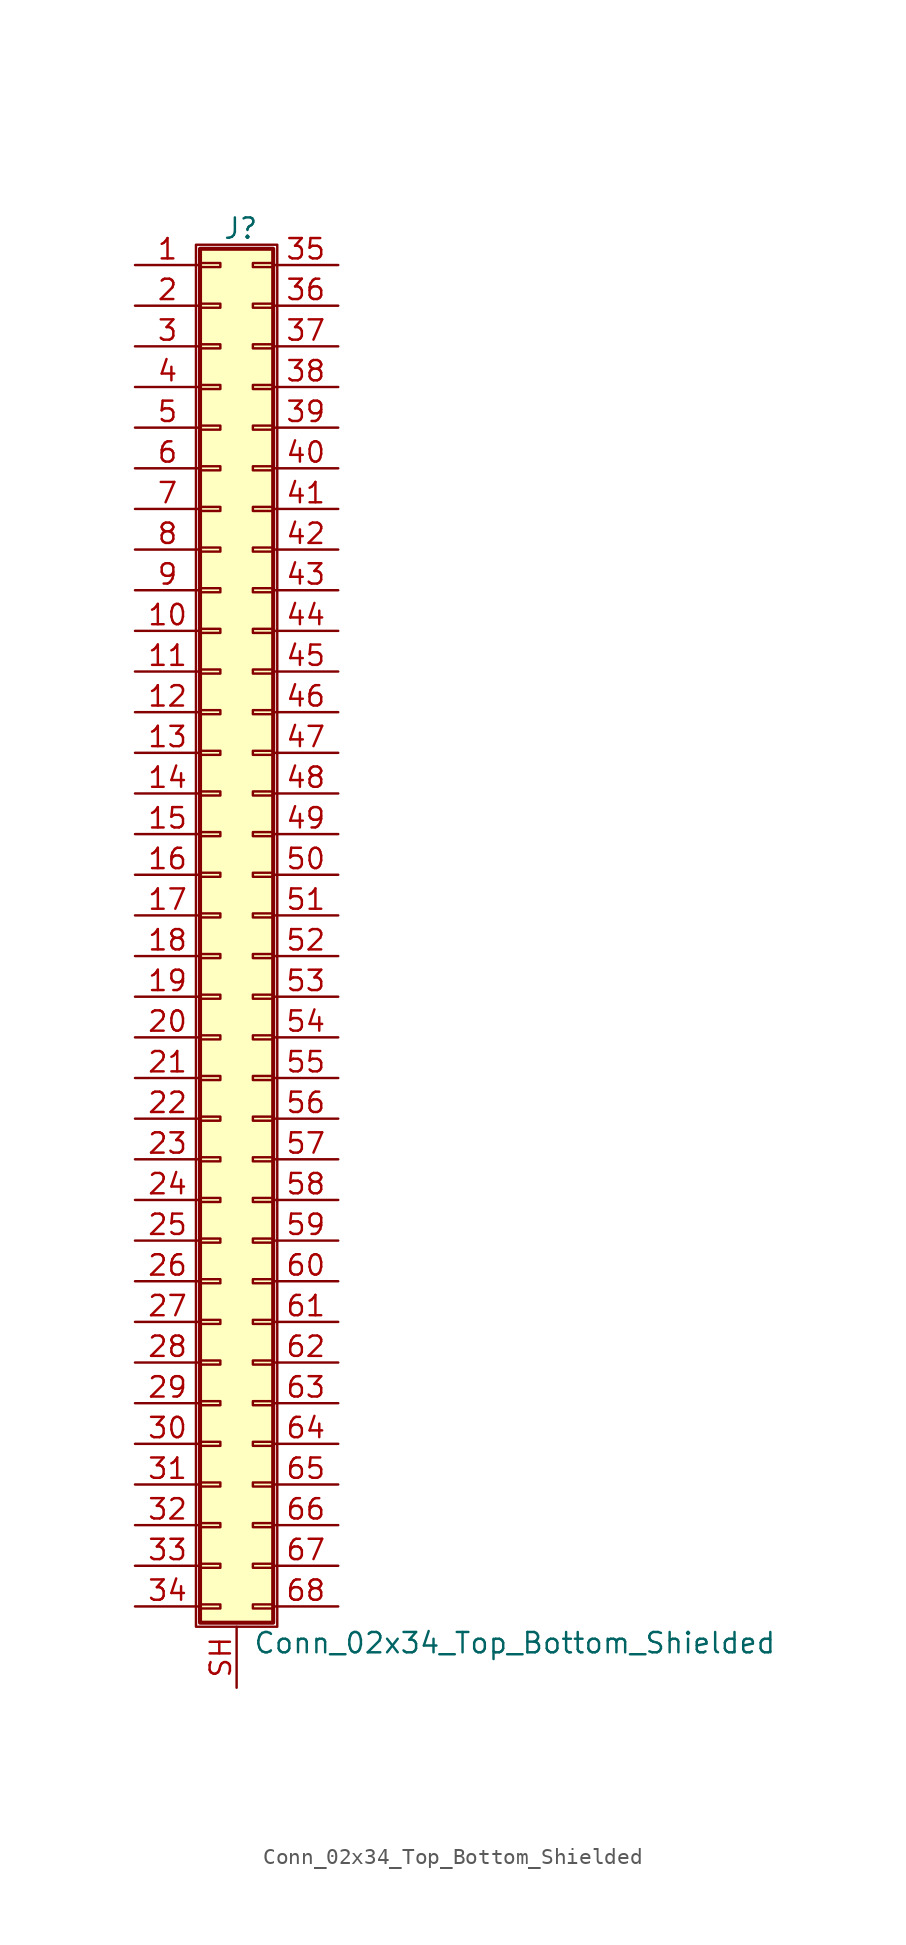
<source format=kicad_sym>
(kicad_symbol_lib
  (version 20220914)
  (generator kicad_symbol_editor)
  (symbol "Conn_02x34_Top_Bottom_Shielded"
    (pin_names
      (offset 1.016) hide)
    (property "Reference" "J"
      (at 1.524 42.926 0)
      (effects (font (size 1.27 1.27))))
    (property "Value" "Conn_02x34_Top_Bottom_Shielded"
      (at 2.286 -45.466 0)
      (effects (font (size 1.27 1.27)) (justify left)))
    (symbol "Conn_02x34_Top_Bottom_Shielded_1_1"
      (rectangle (start -1.27 41.91) (end 3.81 -44.45) (stroke (width 0.152) (type default)) (fill (type none)))
      (rectangle (start -1.016 -43.053) (end 0.254 -43.307) (stroke (width 0.152) (type default)) (fill (type none)))
      (rectangle (start -1.016 -40.513) (end 0.254 -40.767) (stroke (width 0.152) (type default)) (fill (type none)))
      (rectangle (start -1.016 -37.973) (end 0.254 -38.227) (stroke (width 0.152) (type default)) (fill (type none)))
      (rectangle (start -1.016 -35.433) (end 0.254 -35.687) (stroke (width 0.152) (type default)) (fill (type none)))
      (rectangle (start -1.016 -32.893) (end 0.254 -33.147) (stroke (width 0.152) (type default)) (fill (type none)))
      (rectangle (start -1.016 -30.353) (end 0.254 -30.607) (stroke (width 0.152) (type default)) (fill (type none)))
      (rectangle (start -1.016 -27.813) (end 0.254 -28.067) (stroke (width 0.152) (type default)) (fill (type none)))
      (rectangle (start -1.016 -25.273) (end 0.254 -25.527) (stroke (width 0.152) (type default)) (fill (type none)))
      (rectangle (start -1.016 -22.733) (end 0.254 -22.987) (stroke (width 0.152) (type default)) (fill (type none)))
      (rectangle (start -1.016 -20.193) (end 0.254 -20.447) (stroke (width 0.152) (type default)) (fill (type none)))
      (rectangle (start -1.016 -17.653) (end 0.254 -17.907) (stroke (width 0.152) (type default)) (fill (type none)))
      (rectangle (start -1.016 -15.113) (end 0.254 -15.367) (stroke (width 0.152) (type default)) (fill (type none)))
      (rectangle (start -1.016 -12.573) (end 0.254 -12.827) (stroke (width 0.152) (type default)) (fill (type none)))
      (rectangle (start -1.016 -10.033) (end 0.254 -10.287) (stroke (width 0.152) (type default)) (fill (type none)))
      (rectangle (start -1.016 -7.493) (end 0.254 -7.747) (stroke (width 0.152) (type default)) (fill (type none)))
      (rectangle (start -1.016 -4.953) (end 0.254 -5.207) (stroke (width 0.152) (type default)) (fill (type none)))
      (rectangle (start -1.016 -2.413) (end 0.254 -2.667) (stroke (width 0.152) (type default)) (fill (type none)))
      (rectangle (start -1.016 0.127) (end 0.254 -0.127) (stroke (width 0.152) (type default)) (fill (type none)))
      (rectangle (start -1.016 2.667) (end 0.254 2.413) (stroke (width 0.152) (type default)) (fill (type none)))
      (rectangle (start -1.016 5.207) (end 0.254 4.953) (stroke (width 0.152) (type default)) (fill (type none)))
      (rectangle (start -1.016 7.747) (end 0.254 7.493) (stroke (width 0.152) (type default)) (fill (type none)))
      (rectangle (start -1.016 10.287) (end 0.254 10.033) (stroke (width 0.152) (type default)) (fill (type none)))
      (rectangle (start -1.016 12.827) (end 0.254 12.573) (stroke (width 0.152) (type default)) (fill (type none)))
      (rectangle (start -1.016 15.367) (end 0.254 15.113) (stroke (width 0.152) (type default)) (fill (type none)))
      (rectangle (start -1.016 17.907) (end 0.254 17.653) (stroke (width 0.152) (type default)) (fill (type none)))
      (rectangle (start -1.016 20.447) (end 0.254 20.193) (stroke (width 0.152) (type default)) (fill (type none)))
      (rectangle (start -1.016 22.987) (end 0.254 22.733) (stroke (width 0.152) (type default)) (fill (type none)))
      (rectangle (start -1.016 25.527) (end 0.254 25.273) (stroke (width 0.152) (type default)) (fill (type none)))
      (rectangle (start -1.016 28.067) (end 0.254 27.813) (stroke (width 0.152) (type default)) (fill (type none)))
      (rectangle (start -1.016 30.607) (end 0.254 30.353) (stroke (width 0.152) (type default)) (fill (type none)))
      (rectangle (start -1.016 33.147) (end 0.254 32.893) (stroke (width 0.152) (type default)) (fill (type none)))
      (rectangle (start -1.016 35.687) (end 0.254 35.433) (stroke (width 0.152) (type default)) (fill (type none)))
      (rectangle (start -1.016 38.227) (end 0.254 37.973) (stroke (width 0.152) (type default)) (fill (type none)))
      (rectangle (start -1.016 40.767) (end 0.254 40.513) (stroke (width 0.152) (type default)) (fill (type none)))
      (rectangle (start -1.016 41.656) (end 3.556 -44.196) (stroke (width 0.254) (type default)) (fill (type background)))
      (rectangle (start 3.556 -43.053) (end 2.286 -43.307) (stroke (width 0.152) (type default)) (fill (type none)))
      (rectangle (start 3.556 -40.513) (end 2.286 -40.767) (stroke (width 0.152) (type default)) (fill (type none)))
      (rectangle (start 3.556 -37.973) (end 2.286 -38.227) (stroke (width 0.152) (type default)) (fill (type none)))
      (rectangle (start 3.556 -35.433) (end 2.286 -35.687) (stroke (width 0.152) (type default)) (fill (type none)))
      (rectangle (start 3.556 -32.893) (end 2.286 -33.147) (stroke (width 0.152) (type default)) (fill (type none)))
      (rectangle (start 3.556 -30.353) (end 2.286 -30.607) (stroke (width 0.152) (type default)) (fill (type none)))
      (rectangle (start 3.556 -27.813) (end 2.286 -28.067) (stroke (width 0.152) (type default)) (fill (type none)))
      (rectangle (start 3.556 -25.273) (end 2.286 -25.527) (stroke (width 0.152) (type default)) (fill (type none)))
      (rectangle (start 3.556 -22.733) (end 2.286 -22.987) (stroke (width 0.152) (type default)) (fill (type none)))
      (rectangle (start 3.556 -20.193) (end 2.286 -20.447) (stroke (width 0.152) (type default)) (fill (type none)))
      (rectangle (start 3.556 -17.653) (end 2.286 -17.907) (stroke (width 0.152) (type default)) (fill (type none)))
      (rectangle (start 3.556 -15.113) (end 2.286 -15.367) (stroke (width 0.152) (type default)) (fill (type none)))
      (rectangle (start 3.556 -12.573) (end 2.286 -12.827) (stroke (width 0.152) (type default)) (fill (type none)))
      (rectangle (start 3.556 -10.033) (end 2.286 -10.287) (stroke (width 0.152) (type default)) (fill (type none)))
      (rectangle (start 3.556 -7.493) (end 2.286 -7.747) (stroke (width 0.152) (type default)) (fill (type none)))
      (rectangle (start 3.556 -4.953) (end 2.286 -5.207) (stroke (width 0.152) (type default)) (fill (type none)))
      (rectangle (start 3.556 -2.413) (end 2.286 -2.667) (stroke (width 0.152) (type default)) (fill (type none)))
      (rectangle (start 3.556 0.127) (end 2.286 -0.127) (stroke (width 0.152) (type default)) (fill (type none)))
      (rectangle (start 3.556 2.667) (end 2.286 2.413) (stroke (width 0.152) (type default)) (fill (type none)))
      (rectangle (start 3.556 5.207) (end 2.286 4.953) (stroke (width 0.152) (type default)) (fill (type none)))
      (rectangle (start 3.556 7.747) (end 2.286 7.493) (stroke (width 0.152) (type default)) (fill (type none)))
      (rectangle (start 3.556 10.287) (end 2.286 10.033) (stroke (width 0.152) (type default)) (fill (type none)))
      (rectangle (start 3.556 12.827) (end 2.286 12.573) (stroke (width 0.152) (type default)) (fill (type none)))
      (rectangle (start 3.556 15.367) (end 2.286 15.113) (stroke (width 0.152) (type default)) (fill (type none)))
      (rectangle (start 3.556 17.907) (end 2.286 17.653) (stroke (width 0.152) (type default)) (fill (type none)))
      (rectangle (start 3.556 20.447) (end 2.286 20.193) (stroke (width 0.152) (type default)) (fill (type none)))
      (rectangle (start 3.556 22.987) (end 2.286 22.733) (stroke (width 0.152) (type default)) (fill (type none)))
      (rectangle (start 3.556 25.527) (end 2.286 25.273) (stroke (width 0.152) (type default)) (fill (type none)))
      (rectangle (start 3.556 28.067) (end 2.286 27.813) (stroke (width 0.152) (type default)) (fill (type none)))
      (rectangle (start 3.556 30.607) (end 2.286 30.353) (stroke (width 0.152) (type default)) (fill (type none)))
      (rectangle (start 3.556 33.147) (end 2.286 32.893) (stroke (width 0.152) (type default)) (fill (type none)))
      (rectangle (start 3.556 35.687) (end 2.286 35.433) (stroke (width 0.152) (type default)) (fill (type none)))
      (rectangle (start 3.556 38.227) (end 2.286 37.973) (stroke (width 0.152) (type default)) (fill (type none)))
      (rectangle (start 3.556 40.767) (end 2.286 40.513) (stroke (width 0.152) (type default)) (fill (type none)))
      (pin passive line (at -5.08 40.64 0) (length 4.064) (name "Pin_1" (effects (font (size 1.27 1.27)))) (number "1" (effects (font (size 1.27 1.27)))))
      (pin passive line (at -5.08 17.78 0) (length 4.064) (name "Pin_10" (effects (font (size 1.27 1.27)))) (number "10" (effects (font (size 1.27 1.27)))))
      (pin passive line (at -5.08 15.24 0) (length 4.064) (name "Pin_11" (effects (font (size 1.27 1.27)))) (number "11" (effects (font (size 1.27 1.27)))))
      (pin passive line (at -5.08 12.7 0) (length 4.064) (name "Pin_12" (effects (font (size 1.27 1.27)))) (number "12" (effects (font (size 1.27 1.27)))))
      (pin passive line (at -5.08 10.16 0) (length 4.064) (name "Pin_13" (effects (font (size 1.27 1.27)))) (number "13" (effects (font (size 1.27 1.27)))))
      (pin passive line (at -5.08 7.62 0) (length 4.064) (name "Pin_14" (effects (font (size 1.27 1.27)))) (number "14" (effects (font (size 1.27 1.27)))))
      (pin passive line (at -5.08 5.08 0) (length 4.064) (name "Pin_15" (effects (font (size 1.27 1.27)))) (number "15" (effects (font (size 1.27 1.27)))))
      (pin passive line (at -5.08 2.54 0) (length 4.064) (name "Pin_16" (effects (font (size 1.27 1.27)))) (number "16" (effects (font (size 1.27 1.27)))))
      (pin passive line (at -5.08 0 0) (length 4.064) (name "Pin_17" (effects (font (size 1.27 1.27)))) (number "17" (effects (font (size 1.27 1.27)))))
      (pin passive line (at -5.08 -2.54 0) (length 4.064) (name "Pin_18" (effects (font (size 1.27 1.27)))) (number "18" (effects (font (size 1.27 1.27)))))
      (pin passive line (at -5.08 -5.08 0) (length 4.064) (name "Pin_19" (effects (font (size 1.27 1.27)))) (number "19" (effects (font (size 1.27 1.27)))))
      (pin passive line (at -5.08 38.1 0) (length 4.064) (name "Pin_2" (effects (font (size 1.27 1.27)))) (number "2" (effects (font (size 1.27 1.27)))))
      (pin passive line (at -5.08 -7.62 0) (length 4.064) (name "Pin_20" (effects (font (size 1.27 1.27)))) (number "20" (effects (font (size 1.27 1.27)))))
      (pin passive line (at -5.08 -10.16 0) (length 4.064) (name "Pin_21" (effects (font (size 1.27 1.27)))) (number "21" (effects (font (size 1.27 1.27)))))
      (pin passive line (at -5.08 -12.7 0) (length 4.064) (name "Pin_22" (effects (font (size 1.27 1.27)))) (number "22" (effects (font (size 1.27 1.27)))))
      (pin passive line (at -5.08 -15.24 0) (length 4.064) (name "Pin_23" (effects (font (size 1.27 1.27)))) (number "23" (effects (font (size 1.27 1.27)))))
      (pin passive line (at -5.08 -17.78 0) (length 4.064) (name "Pin_24" (effects (font (size 1.27 1.27)))) (number "24" (effects (font (size 1.27 1.27)))))
      (pin passive line (at -5.08 -20.32 0) (length 4.064) (name "Pin_25" (effects (font (size 1.27 1.27)))) (number "25" (effects (font (size 1.27 1.27)))))
      (pin passive line (at -5.08 -22.86 0) (length 4.064) (name "Pin_26" (effects (font (size 1.27 1.27)))) (number "26" (effects (font (size 1.27 1.27)))))
      (pin passive line (at -5.08 -25.4 0) (length 4.064) (name "Pin_27" (effects (font (size 1.27 1.27)))) (number "27" (effects (font (size 1.27 1.27)))))
      (pin passive line (at -5.08 -27.94 0) (length 4.064) (name "Pin_28" (effects (font (size 1.27 1.27)))) (number "28" (effects (font (size 1.27 1.27)))))
      (pin passive line (at -5.08 -30.48 0) (length 4.064) (name "Pin_29" (effects (font (size 1.27 1.27)))) (number "29" (effects (font (size 1.27 1.27)))))
      (pin passive line (at -5.08 35.56 0) (length 4.064) (name "Pin_3" (effects (font (size 1.27 1.27)))) (number "3" (effects (font (size 1.27 1.27)))))
      (pin passive line (at -5.08 -33.02 0) (length 4.064) (name "Pin_30" (effects (font (size 1.27 1.27)))) (number "30" (effects (font (size 1.27 1.27)))))
      (pin passive line (at -5.08 -35.56 0) (length 4.064) (name "Pin_31" (effects (font (size 1.27 1.27)))) (number "31" (effects (font (size 1.27 1.27)))))
      (pin passive line (at -5.08 -38.1 0) (length 4.064) (name "Pin_32" (effects (font (size 1.27 1.27)))) (number "32" (effects (font (size 1.27 1.27)))))
      (pin passive line (at -5.08 -40.64 0) (length 4.064) (name "Pin_33" (effects (font (size 1.27 1.27)))) (number "33" (effects (font (size 1.27 1.27)))))
      (pin passive line (at -5.08 -43.18 0) (length 4.064) (name "Pin_34" (effects (font (size 1.27 1.27)))) (number "34" (effects (font (size 1.27 1.27)))))
      (pin passive line (at 7.62 40.64 180) (length 4.064) (name "Pin_35" (effects (font (size 1.27 1.27)))) (number "35" (effects (font (size 1.27 1.27)))))
      (pin passive line (at 7.62 38.1 180) (length 4.064) (name "Pin_36" (effects (font (size 1.27 1.27)))) (number "36" (effects (font (size 1.27 1.27)))))
      (pin passive line (at 7.62 35.56 180) (length 4.064) (name "Pin_37" (effects (font (size 1.27 1.27)))) (number "37" (effects (font (size 1.27 1.27)))))
      (pin passive line (at 7.62 33.02 180) (length 4.064) (name "Pin_38" (effects (font (size 1.27 1.27)))) (number "38" (effects (font (size 1.27 1.27)))))
      (pin passive line (at 7.62 30.48 180) (length 4.064) (name "Pin_39" (effects (font (size 1.27 1.27)))) (number "39" (effects (font (size 1.27 1.27)))))
      (pin passive line (at -5.08 33.02 0) (length 4.064) (name "Pin_4" (effects (font (size 1.27 1.27)))) (number "4" (effects (font (size 1.27 1.27)))))
      (pin passive line (at 7.62 27.94 180) (length 4.064) (name "Pin_40" (effects (font (size 1.27 1.27)))) (number "40" (effects (font (size 1.27 1.27)))))
      (pin passive line (at 7.62 25.4 180) (length 4.064) (name "Pin_41" (effects (font (size 1.27 1.27)))) (number "41" (effects (font (size 1.27 1.27)))))
      (pin passive line (at 7.62 22.86 180) (length 4.064) (name "Pin_42" (effects (font (size 1.27 1.27)))) (number "42" (effects (font (size 1.27 1.27)))))
      (pin passive line (at 7.62 20.32 180) (length 4.064) (name "Pin_43" (effects (font (size 1.27 1.27)))) (number "43" (effects (font (size 1.27 1.27)))))
      (pin passive line (at 7.62 17.78 180) (length 4.064) (name "Pin_44" (effects (font (size 1.27 1.27)))) (number "44" (effects (font (size 1.27 1.27)))))
      (pin passive line (at 7.62 15.24 180) (length 4.064) (name "Pin_45" (effects (font (size 1.27 1.27)))) (number "45" (effects (font (size 1.27 1.27)))))
      (pin passive line (at 7.62 12.7 180) (length 4.064) (name "Pin_46" (effects (font (size 1.27 1.27)))) (number "46" (effects (font (size 1.27 1.27)))))
      (pin passive line (at 7.62 10.16 180) (length 4.064) (name "Pin_47" (effects (font (size 1.27 1.27)))) (number "47" (effects (font (size 1.27 1.27)))))
      (pin passive line (at 7.62 7.62 180) (length 4.064) (name "Pin_48" (effects (font (size 1.27 1.27)))) (number "48" (effects (font (size 1.27 1.27)))))
      (pin passive line (at 7.62 5.08 180) (length 4.064) (name "Pin_49" (effects (font (size 1.27 1.27)))) (number "49" (effects (font (size 1.27 1.27)))))
      (pin passive line (at -5.08 30.48 0) (length 4.064) (name "Pin_5" (effects (font (size 1.27 1.27)))) (number "5" (effects (font (size 1.27 1.27)))))
      (pin passive line (at 7.62 2.54 180) (length 4.064) (name "Pin_50" (effects (font (size 1.27 1.27)))) (number "50" (effects (font (size 1.27 1.27)))))
      (pin passive line (at 7.62 0 180) (length 4.064) (name "Pin_51" (effects (font (size 1.27 1.27)))) (number "51" (effects (font (size 1.27 1.27)))))
      (pin passive line (at 7.62 -2.54 180) (length 4.064) (name "Pin_52" (effects (font (size 1.27 1.27)))) (number "52" (effects (font (size 1.27 1.27)))))
      (pin passive line (at 7.62 -5.08 180) (length 4.064) (name "Pin_53" (effects (font (size 1.27 1.27)))) (number "53" (effects (font (size 1.27 1.27)))))
      (pin passive line (at 7.62 -7.62 180) (length 4.064) (name "Pin_54" (effects (font (size 1.27 1.27)))) (number "54" (effects (font (size 1.27 1.27)))))
      (pin passive line (at 7.62 -10.16 180) (length 4.064) (name "Pin_55" (effects (font (size 1.27 1.27)))) (number "55" (effects (font (size 1.27 1.27)))))
      (pin passive line (at 7.62 -12.7 180) (length 4.064) (name "Pin_56" (effects (font (size 1.27 1.27)))) (number "56" (effects (font (size 1.27 1.27)))))
      (pin passive line (at 7.62 -15.24 180) (length 4.064) (name "Pin_57" (effects (font (size 1.27 1.27)))) (number "57" (effects (font (size 1.27 1.27)))))
      (pin passive line (at 7.62 -17.78 180) (length 4.064) (name "Pin_58" (effects (font (size 1.27 1.27)))) (number "58" (effects (font (size 1.27 1.27)))))
      (pin passive line (at 7.62 -20.32 180) (length 4.064) (name "Pin_59" (effects (font (size 1.27 1.27)))) (number "59" (effects (font (size 1.27 1.27)))))
      (pin passive line (at -5.08 27.94 0) (length 4.064) (name "Pin_6" (effects (font (size 1.27 1.27)))) (number "6" (effects (font (size 1.27 1.27)))))
      (pin passive line (at 7.62 -22.86 180) (length 4.064) (name "Pin_60" (effects (font (size 1.27 1.27)))) (number "60" (effects (font (size 1.27 1.27)))))
      (pin passive line (at 7.62 -25.4 180) (length 4.064) (name "Pin_61" (effects (font (size 1.27 1.27)))) (number "61" (effects (font (size 1.27 1.27)))))
      (pin passive line (at 7.62 -27.94 180) (length 4.064) (name "Pin_62" (effects (font (size 1.27 1.27)))) (number "62" (effects (font (size 1.27 1.27)))))
      (pin passive line (at 7.62 -30.48 180) (length 4.064) (name "Pin_63" (effects (font (size 1.27 1.27)))) (number "63" (effects (font (size 1.27 1.27)))))
      (pin passive line (at 7.62 -33.02 180) (length 4.064) (name "Pin_64" (effects (font (size 1.27 1.27)))) (number "64" (effects (font (size 1.27 1.27)))))
      (pin passive line (at 7.62 -35.56 180) (length 4.064) (name "Pin_65" (effects (font (size 1.27 1.27)))) (number "65" (effects (font (size 1.27 1.27)))))
      (pin passive line (at 7.62 -38.1 180) (length 4.064) (name "Pin_66" (effects (font (size 1.27 1.27)))) (number "66" (effects (font (size 1.27 1.27)))))
      (pin passive line (at 7.62 -40.64 180) (length 4.064) (name "Pin_67" (effects (font (size 1.27 1.27)))) (number "67" (effects (font (size 1.27 1.27)))))
      (pin passive line (at 7.62 -43.18 180) (length 4.064) (name "Pin_68" (effects (font (size 1.27 1.27)))) (number "68" (effects (font (size 1.27 1.27)))))
      (pin passive line (at -5.08 25.4 0) (length 4.064) (name "Pin_7" (effects (font (size 1.27 1.27)))) (number "7" (effects (font (size 1.27 1.27)))))
      (pin passive line (at -5.08 22.86 0) (length 4.064) (name "Pin_8" (effects (font (size 1.27 1.27)))) (number "8" (effects (font (size 1.27 1.27)))))
      (pin passive line (at -5.08 20.32 0) (length 4.064) (name "Pin_9" (effects (font (size 1.27 1.27)))) (number "9" (effects (font (size 1.27 1.27)))))
      (pin passive line (at 1.27 -48.26 90) (length 3.81) (name "Shield" (effects (font (size 1.27 1.27)))) (number "SH" (effects (font (size 1.27 1.27))))))))
</source>
